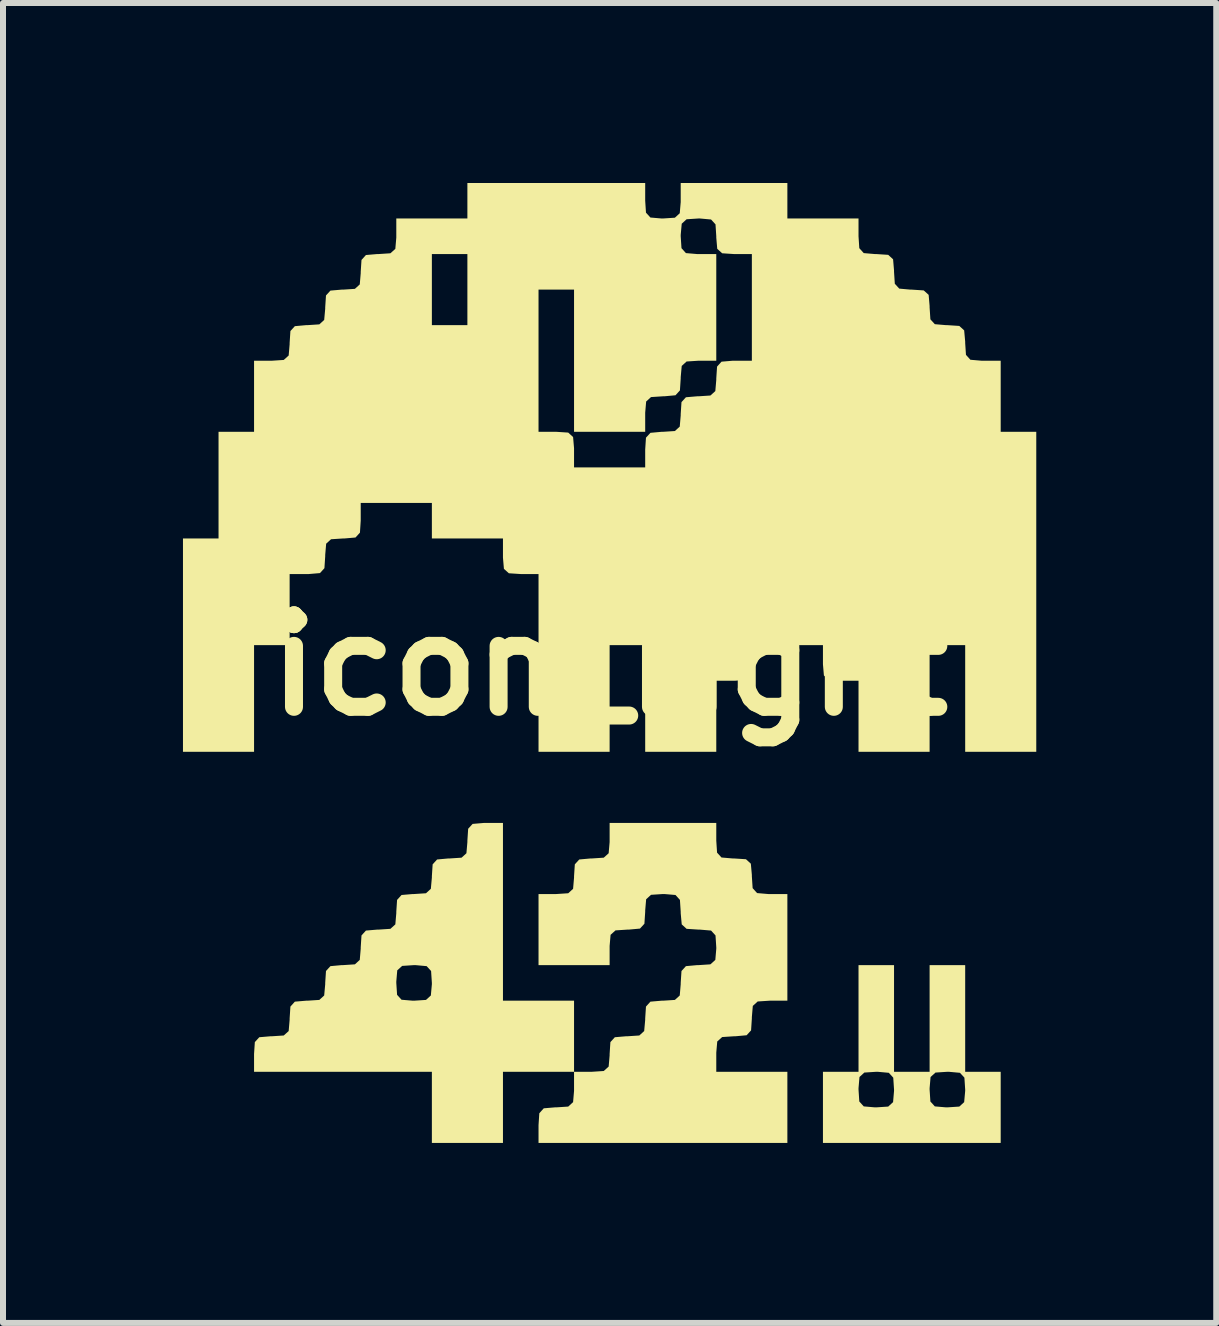
<source format=kicad_pcb>
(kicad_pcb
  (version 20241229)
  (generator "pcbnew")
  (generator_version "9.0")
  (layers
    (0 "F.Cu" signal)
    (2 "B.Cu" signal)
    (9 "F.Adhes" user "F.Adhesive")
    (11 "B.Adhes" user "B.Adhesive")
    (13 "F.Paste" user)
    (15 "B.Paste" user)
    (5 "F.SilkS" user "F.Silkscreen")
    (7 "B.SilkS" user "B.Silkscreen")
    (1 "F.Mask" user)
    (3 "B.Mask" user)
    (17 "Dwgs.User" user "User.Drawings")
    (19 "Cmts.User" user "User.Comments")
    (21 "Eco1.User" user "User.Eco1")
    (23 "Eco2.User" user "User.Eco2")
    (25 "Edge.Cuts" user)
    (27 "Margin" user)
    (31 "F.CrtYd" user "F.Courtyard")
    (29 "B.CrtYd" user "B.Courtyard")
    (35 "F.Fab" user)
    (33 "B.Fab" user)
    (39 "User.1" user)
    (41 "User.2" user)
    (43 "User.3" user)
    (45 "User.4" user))
  (footprint "icon_right"
    (layer "F.Cu")
    (at 7.112 8.043)
    (property "Reference" "icon_right" (at 0 0 0) (layer "F.SilkS") (effects (font (size 1.524 1.524) (thickness 0.3))))
    (attr board_only exclude_from_pos_files exclude_from_bom)
    (fp_poly (pts (xy 4.741 6.773) (xy 5.334 6.773) (xy 5.334 4.995) (xy 5.927 4.995) (xy 5.927 6.773) (xy 6.519 6.773) (xy 6.519 7.959) (xy 3.556 7.959) (xy 3.556 7.07) (xy 4.149 7.07) (xy 4.162 7.268) (xy 4.236 7.35) (xy 4.422 7.366) (xy 4.445 7.366) (xy 4.644 7.353) (xy 4.725 7.279) (xy 4.741 7.092) (xy 4.741 7.07) (xy 5.334 7.07) (xy 5.347 7.268) (xy 5.421 7.35) (xy 5.608 7.366) (xy 5.63 7.366) (xy 5.829 7.353) (xy 5.91 7.279) (xy 5.927 7.092) (xy 5.927 7.07) (xy 5.914 6.871) (xy 5.84 6.79) (xy 5.653 6.773) (xy 5.63 6.773) (xy 5.432 6.786) (xy 5.35 6.86) (xy 5.334 7.047) (xy 5.334 7.07) (xy 4.741 7.07) (xy 4.728 6.871) (xy 4.654 6.79) (xy 4.468 6.773) (xy 4.445 6.773) (xy 4.246 6.786) (xy 4.165 6.86) (xy 4.149 7.047) (xy 4.149 7.07) (xy 3.556 7.07) (xy 3.556 6.773) (xy 4.149 6.773) (xy 4.149 4.995) (xy 4.741 4.995)) (stroke (width 0) (type solid)) (fill yes) (layer "F.SilkS"))
    (fp_poly (pts (xy -1.778 5.588) (xy -0.593 5.588) (xy -0.593 6.773) (xy -1.778 6.773) (xy -1.778 7.959) (xy -2.963 7.959) (xy -2.963 6.773) (xy -5.927 6.773) (xy -5.927 6.477) (xy -5.914 6.278) (xy -5.84 6.197) (xy -5.653 6.181) (xy -5.63 6.181) (xy -5.432 6.168) (xy -5.35 6.094) (xy -5.334 5.907) (xy -5.334 5.884) (xy -5.321 5.686) (xy -5.247 5.604) (xy -5.06 5.588) (xy -5.038 5.588) (xy -4.839 5.575) (xy -4.758 5.501) (xy -4.741 5.314) (xy -4.741 5.292) (xy -3.556 5.292) (xy -3.543 5.49) (xy -3.469 5.572) (xy -3.282 5.588) (xy -3.26 5.588) (xy -3.061 5.575) (xy -2.98 5.501) (xy -2.963 5.314) (xy -2.963 5.292) (xy -2.976 5.093) (xy -3.05 5.012) (xy -3.237 4.995) (xy -3.26 4.995) (xy -3.458 5.008) (xy -3.54 5.082) (xy -3.556 5.269) (xy -3.556 5.292) (xy -4.741 5.292) (xy -4.728 5.093) (xy -4.654 5.012) (xy -4.468 4.995) (xy -4.445 4.995) (xy -4.246 4.982) (xy -4.165 4.908) (xy -4.149 4.722) (xy -4.149 4.699) (xy -4.136 4.5) (xy -4.062 4.419) (xy -3.875 4.403) (xy -3.852 4.403) (xy -3.654 4.39) (xy -3.572 4.316) (xy -3.556 4.129) (xy -3.556 4.106) (xy -3.543 3.908) (xy -3.469 3.826) (xy -3.282 3.81) (xy -3.26 3.81) (xy -3.061 3.797) (xy -2.98 3.723) (xy -2.963 3.536) (xy -2.963 3.514) (xy -2.95 3.315) (xy -2.876 3.234) (xy -2.69 3.217) (xy -2.667 3.217) (xy -2.468 3.204) (xy -2.387 3.13) (xy -2.371 2.944) (xy -2.371 2.921) (xy -2.358 2.722) (xy -2.284 2.641) (xy -2.097 2.625) (xy -2.074 2.625) (xy -1.778 2.625)) (stroke (width 0) (type solid)) (fill yes) (layer "F.SilkS"))
    (fp_poly (pts (xy 1.778 2.921) (xy 1.791 3.12) (xy 1.865 3.201) (xy 2.052 3.217) (xy 2.074 3.217) (xy 2.273 3.23) (xy 2.354 3.304) (xy 2.371 3.491) (xy 2.371 3.514) (xy 2.384 3.712) (xy 2.458 3.794) (xy 2.644 3.81) (xy 2.667 3.81) (xy 2.963 3.81) (xy 2.963 5.588) (xy 2.667 5.588) (xy 2.468 5.601) (xy 2.387 5.675) (xy 2.371 5.862) (xy 2.371 5.884) (xy 2.358 6.083) (xy 2.284 6.164) (xy 2.097 6.181) (xy 2.074 6.181) (xy 1.876 6.194) (xy 1.794 6.268) (xy 1.778 6.454) (xy 1.778 6.477) (xy 1.778 6.773) (xy 2.963 6.773) (xy 2.963 7.959) (xy -1.185 7.959) (xy -1.185 7.662) (xy -1.172 7.464) (xy -1.098 7.382) (xy -0.912 7.366) (xy -0.889 7.366) (xy -0.69 7.353) (xy -0.609 7.279) (xy -0.593 7.092) (xy -0.593 7.07) (xy -0.593 6.773) (xy -0.296 6.773) (xy -0.098 6.76) (xy -0.016 6.686) (xy -0.000037 6.5) (xy 0 6.477) (xy 0.013 6.278) (xy 0.087 6.197) (xy 0.274 6.181) (xy 0.296 6.181) (xy 0.495 6.168) (xy 0.576 6.094) (xy 0.593 5.907) (xy 0.593 5.884) (xy 0.606 5.686) (xy 0.68 5.604) (xy 0.866 5.588) (xy 0.889 5.588) (xy 1.088 5.575) (xy 1.169 5.501) (xy 1.185 5.314) (xy 1.185 5.292) (xy 1.198 5.093) (xy 1.272 5.012) (xy 1.459 4.995) (xy 1.482 4.995) (xy 1.68 4.982) (xy 1.762 4.908) (xy 1.778 4.722) (xy 1.778 4.699) (xy 1.765 4.5) (xy 1.691 4.419) (xy 1.504 4.403) (xy 1.482 4.403) (xy 1.283 4.39) (xy 1.202 4.316) (xy 1.185 4.129) (xy 1.185 4.106) (xy 1.172 3.908) (xy 1.098 3.826) (xy 0.912 3.81) (xy 0.889 3.81) (xy 0.69 3.823) (xy 0.609 3.897) (xy 0.593 4.084) (xy 0.593 4.106) (xy 0.58 4.305) (xy 0.506 4.386) (xy 0.319 4.403) (xy 0.296 4.403) (xy 0.098 4.416) (xy 0.016 4.49) (xy 0.000036 4.676) (xy 0 4.699) (xy 0 4.995) (xy -1.185 4.995) (xy -1.185 3.81) (xy -0.889 3.81) (xy -0.69 3.797) (xy -0.609 3.723) (xy -0.593 3.536) (xy -0.593 3.514) (xy -0.58 3.315) (xy -0.506 3.234) (xy -0.319 3.217) (xy -0.296 3.217) (xy -0.098 3.204) (xy -0.016 3.13) (xy -0.000037 2.944) (xy 0 2.921) (xy 0 2.625) (xy 1.778 2.625)) (stroke (width 0) (type solid)) (fill yes) (layer "F.SilkS"))
    (fp_poly (pts (xy 0.593 -7.747) (xy 0.606 -7.548) (xy 0.68 -7.467) (xy 0.866 -7.451) (xy 0.889 -7.451) (xy 1.088 -7.464) (xy 1.169 -7.538) (xy 1.185 -7.724) (xy 1.185 -7.747) (xy 1.185 -8.043) (xy 2.963 -8.043) (xy 2.963 -7.451) (xy 4.149 -7.451) (xy 4.149 -7.154) (xy 4.162 -6.956) (xy 4.236 -6.874) (xy 4.422 -6.858) (xy 4.445 -6.858) (xy 4.644 -6.845) (xy 4.725 -6.771) (xy 4.741 -6.584) (xy 4.741 -6.562) (xy 4.754 -6.363) (xy 4.828 -6.282) (xy 5.015 -6.265) (xy 5.038 -6.265) (xy 5.236 -6.252) (xy 5.318 -6.178) (xy 5.334 -5.992) (xy 5.334 -5.969) (xy 5.347 -5.77) (xy 5.421 -5.689) (xy 5.608 -5.673) (xy 5.63 -5.673) (xy 5.829 -5.66) (xy 5.91 -5.586) (xy 5.927 -5.399) (xy 5.927 -5.376) (xy 5.94 -5.178) (xy 6.014 -5.096) (xy 6.2 -5.08) (xy 6.223 -5.08) (xy 6.519 -5.08) (xy 6.519 -3.895) (xy 7.112 -3.895) (xy 7.112 1.439) (xy 5.927 1.439) (xy 5.927 -0.339) (xy 5.334 -0.339) (xy 5.334 1.439) (xy 4.149 1.439) (xy 4.149 0.254) (xy 3.852 0.254) (xy 3.654 0.241) (xy 3.572 0.167) (xy 3.556 -0.02) (xy 3.556 -0.042) (xy 3.556 -0.339) (xy 2.371 -0.339) (xy 2.371 -0.042) (xy 2.358 0.156) (xy 2.284 0.238) (xy 2.097 0.254) (xy 2.074 0.254) (xy 1.778 0.254) (xy 1.778 1.439) (xy 0.593 1.439) (xy 0.593 -0.339) (xy 0 -0.339) (xy 0 1.439) (xy -1.185 1.439) (xy -1.185 -1.524) (xy -1.482 -1.524) (xy -1.68 -1.537) (xy -1.762 -1.611) (xy -1.778 -1.798) (xy -1.778 -1.82) (xy -1.778 -2.117) (xy -2.963 -2.117) (xy -2.963 -2.709) (xy -4.149 -2.709) (xy -4.149 -2.413) (xy -4.162 -2.214) (xy -4.236 -2.133) (xy -4.422 -2.117) (xy -4.445 -2.117) (xy -4.644 -2.104) (xy -4.725 -2.03) (xy -4.741 -1.843) (xy -4.741 -1.82) (xy -4.754 -1.622) (xy -4.828 -1.54) (xy -5.015 -1.524) (xy -5.038 -1.524) (xy -5.334 -1.524) (xy -5.334 -0.339) (xy -5.927 -0.339) (xy -5.927 1.439) (xy -7.112 1.439) (xy -7.112 -2.117) (xy -6.519 -2.117) (xy -6.519 -3.895) (xy -5.927 -3.895) (xy -1.185 -3.895) (xy -0.889 -3.895) (xy -0.69 -3.882) (xy -0.609 -3.808) (xy -0.593 -3.621) (xy -0.593 -3.598) (xy -0.593 -3.302) (xy 0.593 -3.302) (xy 0.593 -3.598) (xy 0.606 -3.797) (xy 0.68 -3.878) (xy 0.866 -3.895) (xy 0.889 -3.895) (xy 1.088 -3.908) (xy 1.169 -3.982) (xy 1.185 -4.168) (xy 1.185 -4.191) (xy 1.198 -4.39) (xy 1.272 -4.471) (xy 1.459 -4.487) (xy 1.482 -4.487) (xy 1.68 -4.5) (xy 1.762 -4.574) (xy 1.778 -4.761) (xy 1.778 -4.784) (xy 1.791 -4.982) (xy 1.865 -5.064) (xy 2.052 -5.08) (xy 2.074 -5.08) (xy 2.371 -5.08) (xy 2.371 -6.858) (xy 2.074 -6.858) (xy 1.876 -6.871) (xy 1.794 -6.945) (xy 1.778 -7.132) (xy 1.778 -7.154) (xy 1.765 -7.353) (xy 1.691 -7.434) (xy 1.504 -7.451) (xy 1.482 -7.451) (xy 1.283 -7.438) (xy 1.202 -7.364) (xy 1.185 -7.177) (xy 1.185 -7.154) (xy 1.198 -6.956) (xy 1.272 -6.874) (xy 1.459 -6.858) (xy 1.482 -6.858) (xy 1.778 -6.858) (xy 1.778 -5.08) (xy 1.482 -5.08) (xy 1.283 -5.067) (xy 1.202 -4.993) (xy 1.185 -4.806) (xy 1.185 -4.784) (xy 1.172 -4.585) (xy 1.098 -4.504) (xy 0.912 -4.487) (xy 0.889 -4.487) (xy 0.69 -4.474) (xy 0.609 -4.4) (xy 0.593 -4.214) (xy 0.593 -4.191) (xy 0.593 -3.895) (xy -0.593 -3.895) (xy -0.593 -6.265) (xy -1.185 -6.265) (xy -1.185 -3.895) (xy -5.927 -3.895) (xy -5.927 -5.08) (xy -5.63 -5.08) (xy -5.432 -5.093) (xy -5.35 -5.167) (xy -5.334 -5.354) (xy -5.334 -5.376) (xy -5.321 -5.575) (xy -5.247 -5.656) (xy -5.06 -5.673) (xy -5.038 -5.673) (xy -2.963 -5.673) (xy -2.371 -5.673) (xy -2.371 -6.858) (xy -2.963 -6.858) (xy -2.963 -5.673) (xy -5.038 -5.673) (xy -4.839 -5.686) (xy -4.758 -5.76) (xy -4.741 -5.946) (xy -4.741 -5.969) (xy -4.728 -6.168) (xy -4.654 -6.249) (xy -4.468 -6.265) (xy -4.445 -6.265) (xy -4.246 -6.278) (xy -4.165 -6.352) (xy -4.149 -6.539) (xy -4.149 -6.562) (xy -4.136 -6.76) (xy -4.062 -6.842) (xy -3.875 -6.858) (xy -3.852 -6.858) (xy -3.654 -6.871) (xy -3.572 -6.945) (xy -3.556 -7.132) (xy -3.556 -7.154) (xy -3.556 -7.451) (xy -2.371 -7.451) (xy -2.371 -8.043) (xy 0.593 -8.043)) (stroke (width 0) (type solid)) (fill yes) (layer "F.SilkS")))
  (gr_rect
    (start -3 -3)
    (end 17.224 19.002)
    (stroke (width 0.1) (type default))
    (fill no)
    (layer "Edge.Cuts")))
</source>
